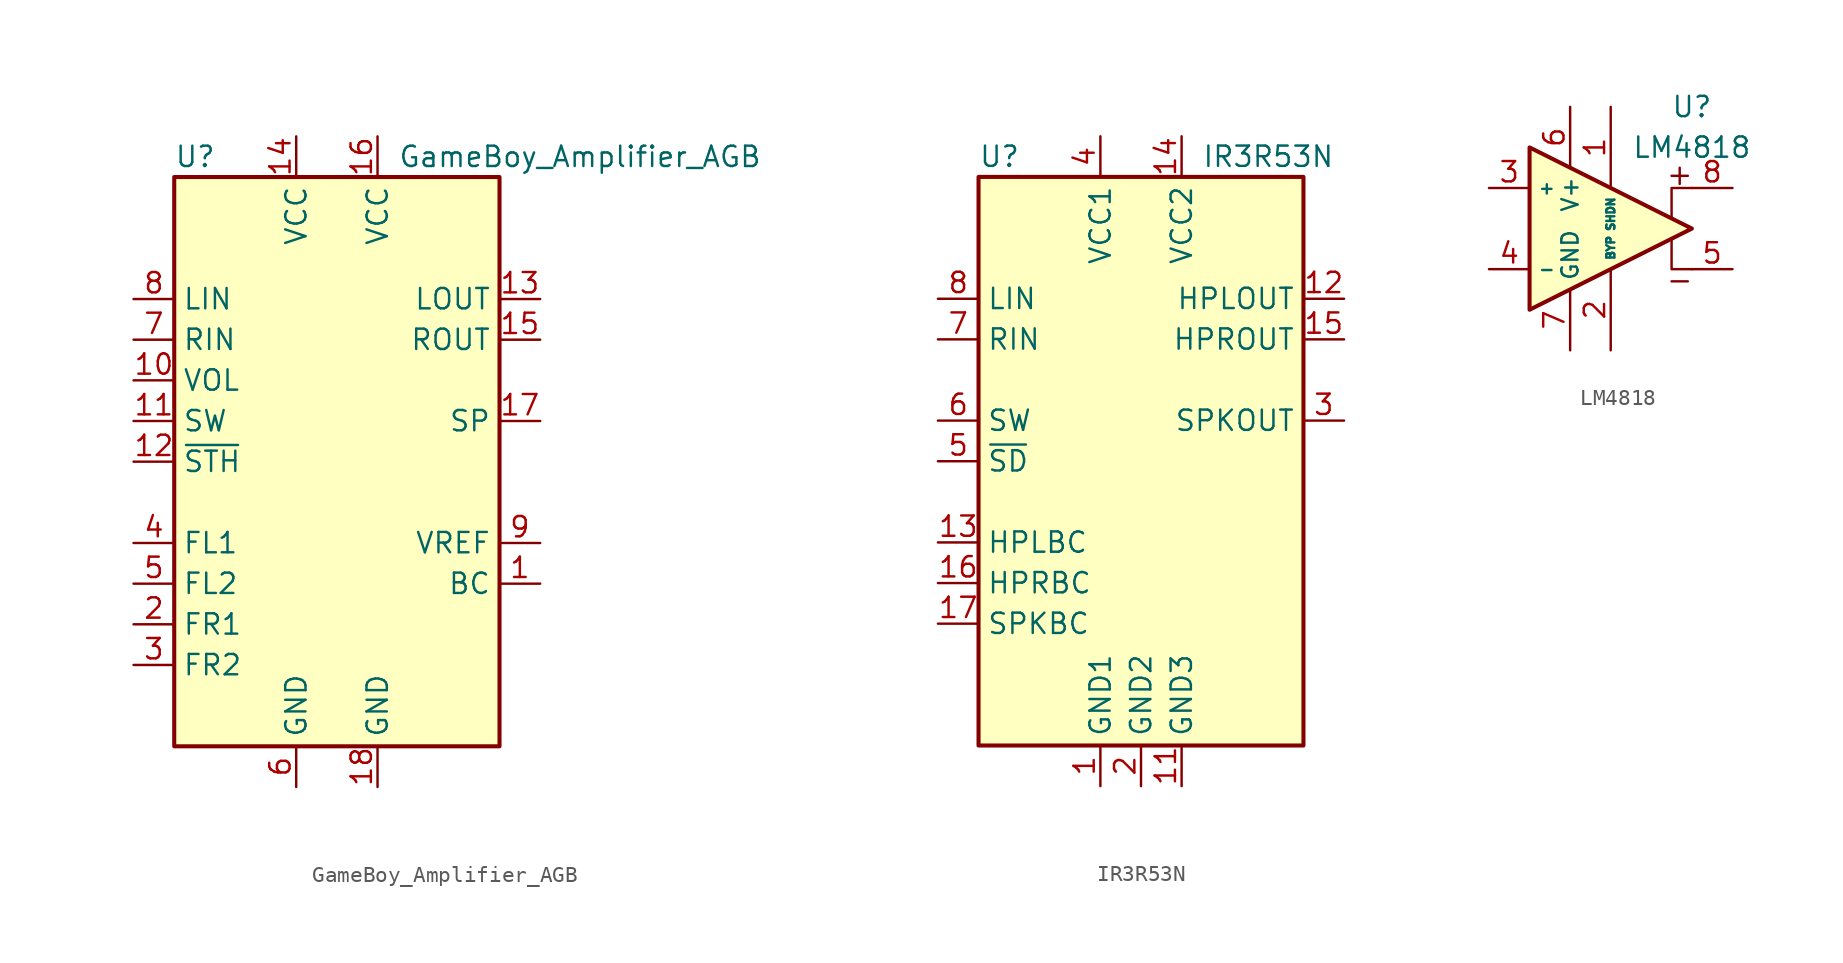
<source format=kicad_sym>
(kicad_symbol_lib
  (version 20211014)
  (generator kicad_symbol_editor)
  (symbol "GameBoy_Amplifier_AGB"
    (property "Reference" "U"
      (at -10.16 19.05 0)
      (effects (font (size 1.27 1.27)) (justify left)))
    (property "Value" "GameBoy_Amplifier_AGB"
      (at 3.81 19.05 0)
      (effects (font (size 1.27 1.27)) (justify left)))
    (symbol "GameBoy_Amplifier_AGB_0_1"
      (rectangle (start -10.16 17.78) (end 10.16 -17.78) (stroke (width 0.254) (type default) (color 0 0 0 0)) (fill (type background))))
    (symbol "GameBoy_Amplifier_AGB_1_1"
      (pin power_out line (at 12.7 -7.62 180) (length 2.54) (name "BC" (effects (font (size 1.27 1.27)))) (number "1" (effects (font (size 1.27 1.27)))))
      (pin input line (at -12.7 5.08 0) (length 2.54) (name "VOL" (effects (font (size 1.27 1.27)))) (number "10" (effects (font (size 1.27 1.27)))))
      (pin input line (at -12.7 2.54 0) (length 2.54) (name "SW" (effects (font (size 1.27 1.27)))) (number "11" (effects (font (size 1.27 1.27)))))
      (pin input line (at -12.7 0 0) (length 2.54) (name "~{STH}" (effects (font (size 1.27 1.27)))) (number "12" (effects (font (size 1.27 1.27)))))
      (pin output line (at 12.7 10.16 180) (length 2.54) (name "LOUT" (effects (font (size 1.27 1.27)))) (number "13" (effects (font (size 1.27 1.27)))))
      (pin power_in line (at -2.54 20.32 270) (length 2.54) (name "VCC" (effects (font (size 1.27 1.27)))) (number "14" (effects (font (size 1.27 1.27)))))
      (pin output line (at 12.7 7.62 180) (length 2.54) (name "ROUT" (effects (font (size 1.27 1.27)))) (number "15" (effects (font (size 1.27 1.27)))))
      (pin power_in line (at 2.54 20.32 270) (length 2.54) (name "VCC" (effects (font (size 1.27 1.27)))) (number "16" (effects (font (size 1.27 1.27)))))
      (pin output line (at 12.7 2.54 180) (length 2.54) (name "SP" (effects (font (size 1.27 1.27)))) (number "17" (effects (font (size 1.27 1.27)))))
      (pin power_in line (at 2.54 -20.32 90) (length 2.54) (name "GND" (effects (font (size 1.27 1.27)))) (number "18" (effects (font (size 1.27 1.27)))))
      (pin input line (at -12.7 -10.16 0) (length 2.54) (name "FR1" (effects (font (size 1.27 1.27)))) (number "2" (effects (font (size 1.27 1.27)))))
      (pin input line (at -12.7 -12.7 0) (length 2.54) (name "FR2" (effects (font (size 1.27 1.27)))) (number "3" (effects (font (size 1.27 1.27)))))
      (pin input line (at -12.7 -5.08 0) (length 2.54) (name "FL1" (effects (font (size 1.27 1.27)))) (number "4" (effects (font (size 1.27 1.27)))))
      (pin input line (at -12.7 -7.62 0) (length 2.54) (name "FL2" (effects (font (size 1.27 1.27)))) (number "5" (effects (font (size 1.27 1.27)))))
      (pin power_in line (at -2.54 -20.32 90) (length 2.54) (name "GND" (effects (font (size 1.27 1.27)))) (number "6" (effects (font (size 1.27 1.27)))))
      (pin input line (at -12.7 7.62 0) (length 2.54) (name "RIN" (effects (font (size 1.27 1.27)))) (number "7" (effects (font (size 1.27 1.27)))))
      (pin input line (at -12.7 10.16 0) (length 2.54) (name "LIN" (effects (font (size 1.27 1.27)))) (number "8" (effects (font (size 1.27 1.27)))))
      (pin power_out line (at 12.7 -5.08 180) (length 2.54) (name "VREF" (effects (font (size 1.27 1.27)))) (number "9" (effects (font (size 1.27 1.27)))))))
  (symbol "IR3R53N"
    (property "Reference" "U"
      (at -10.16 19.05 0)
      (effects (font (size 1.27 1.27)) (justify left)))
    (property "Value" "IR3R53N"
      (at 3.81 19.05 0)
      (effects (font (size 1.27 1.27)) (justify left)))
    (symbol "IR3R53N_0_1"
      (rectangle (start -10.16 17.78) (end 10.16 -17.78) (stroke (width 0.254) (type default) (color 0 0 0 0)) (fill (type background))))
    (symbol "IR3R53N_1_1"
      (pin power_in line (at -2.54 -20.32 90) (length 2.54) (name "GND1" (effects (font (size 1.27 1.27)))) (number "1" (effects (font (size 1.27 1.27)))))
      (pin no_connect line (at 10.16 -5.08 180) (length 2.54) hide (name "NC" (effects (font (size 1.27 1.27)))) (number "10" (effects (font (size 1.27 1.27)))))
      (pin power_in line (at 2.54 -20.32 90) (length 2.54) (name "GND3" (effects (font (size 1.27 1.27)))) (number "11" (effects (font (size 1.27 1.27)))))
      (pin output line (at 12.7 10.16 180) (length 2.54) (name "HPLOUT" (effects (font (size 1.27 1.27)))) (number "12" (effects (font (size 1.27 1.27)))))
      (pin passive line (at -12.7 -5.08 0) (length 2.54) (name "HPLBC" (effects (font (size 1.27 1.27)))) (number "13" (effects (font (size 1.27 1.27)))))
      (pin power_in line (at 2.54 20.32 270) (length 2.54) (name "VCC2" (effects (font (size 1.27 1.27)))) (number "14" (effects (font (size 1.27 1.27)))))
      (pin output line (at 12.7 7.62 180) (length 2.54) (name "HPROUT" (effects (font (size 1.27 1.27)))) (number "15" (effects (font (size 1.27 1.27)))))
      (pin passive line (at -12.7 -7.62 0) (length 2.54) (name "HPRBC" (effects (font (size 1.27 1.27)))) (number "16" (effects (font (size 1.27 1.27)))))
      (pin passive line (at -12.7 -10.16 0) (length 2.54) (name "SPKBC" (effects (font (size 1.27 1.27)))) (number "17" (effects (font (size 1.27 1.27)))))
      (pin no_connect line (at 10.16 -7.62 180) (length 2.54) hide (name "NC" (effects (font (size 1.27 1.27)))) (number "18" (effects (font (size 1.27 1.27)))))
      (pin power_in line (at 0 -20.32 90) (length 2.54) (name "GND2" (effects (font (size 1.27 1.27)))) (number "2" (effects (font (size 1.27 1.27)))))
      (pin output line (at 12.7 2.54 180) (length 2.54) (name "SPKOUT" (effects (font (size 1.27 1.27)))) (number "3" (effects (font (size 1.27 1.27)))))
      (pin power_in line (at -2.54 20.32 270) (length 2.54) (name "VCC1" (effects (font (size 1.27 1.27)))) (number "4" (effects (font (size 1.27 1.27)))))
      (pin input line (at -12.7 0 0) (length 2.54) (name "~{SD}" (effects (font (size 1.27 1.27)))) (number "5" (effects (font (size 1.27 1.27)))))
      (pin input line (at -12.7 2.54 0) (length 2.54) (name "SW" (effects (font (size 1.27 1.27)))) (number "6" (effects (font (size 1.27 1.27)))))
      (pin input line (at -12.7 7.62 0) (length 2.54) (name "RIN" (effects (font (size 1.27 1.27)))) (number "7" (effects (font (size 1.27 1.27)))))
      (pin input line (at -12.7 10.16 0) (length 2.54) (name "LIN" (effects (font (size 1.27 1.27)))) (number "8" (effects (font (size 1.27 1.27)))))
      (pin no_connect line (at 10.16 -2.54 180) (length 2.54) hide (name "NC" (effects (font (size 1.27 1.27)))) (number "9" (effects (font (size 1.27 1.27)))))))
  (symbol "LM4818"
    (property "Reference" "U"
      (at 5.08 7.62 0)
      (effects (font (size 1.27 1.27))))
    (property "Value" "LM4818"
      (at 5.08 5.08 0)
      (effects (font (size 1.27 1.27))))
    (symbol "LM4818_0_1"
      (polyline (pts (xy 3.81 -3.302) (xy 4.826 -3.302)) (stroke (width 0.152) (type default) (color 0 0 0 0)) (fill (type none)))
      (polyline (pts (xy 3.81 3.302) (xy 4.826 3.302)) (stroke (width 0.152) (type default) (color 0 0 0 0)) (fill (type none)))
      (polyline (pts (xy 4.318 2.794) (xy 4.318 3.81)) (stroke (width 0.152) (type default) (color 0 0 0 0)) (fill (type none)))
      (polyline (pts (xy 3.81 -0.635) (xy 3.81 -2.54) (xy 5.08 -2.54)) (stroke (width 0) (type default) (color 0 0 0 0)) (fill (type none)))
      (polyline (pts (xy 5.08 2.54) (xy 3.81 2.54) (xy 3.81 0.635)) (stroke (width 0) (type default) (color 0 0 0 0)) (fill (type none)))
      (polyline (pts (xy -5.08 5.08) (xy 5.08 0) (xy -5.08 -5.08) (xy -5.08 5.08)) (stroke (width 0.254) (type default) (color 0 0 0 0)) (fill (type background))))
    (symbol "LM4818_1_1"
      (pin input line (at 0 7.62 270) (length 5.08) (name "SHDN" (effects (font (size 0.508 0.508)))) (number "1" (effects (font (size 1.27 1.27)))))
      (pin input line (at 0 -7.62 90) (length 5.08) (name "BYP" (effects (font (size 0.508 0.508)))) (number "2" (effects (font (size 1.27 1.27)))))
      (pin input line (at -7.62 2.54 0) (length 2.54) (name "+" (effects (font (size 0.762 0.762)))) (number "3" (effects (font (size 1.27 1.27)))))
      (pin input line (at -7.62 -2.54 0) (length 2.54) (name "-" (effects (font (size 0.762 0.762)))) (number "4" (effects (font (size 1.27 1.27)))))
      (pin output line (at 7.62 -2.54 180) (length 2.54) (name "~" (effects (font (size 1.27 1.27)))) (number "5" (effects (font (size 1.27 1.27)))))
      (pin power_in line (at -2.54 7.62 270) (length 3.81) (name "V+" (effects (font (size 1.016 1.016)))) (number "6" (effects (font (size 1.27 1.27)))))
      (pin power_in line (at -2.54 -7.62 90) (length 3.81) (name "GND" (effects (font (size 1.016 1.016)))) (number "7" (effects (font (size 1.27 1.27)))))
      (pin output line (at 7.62 2.54 180) (length 2.54) (name "~" (effects (font (size 1.27 1.27)))) (number "8" (effects (font (size 1.27 1.27))))))))
</source>
